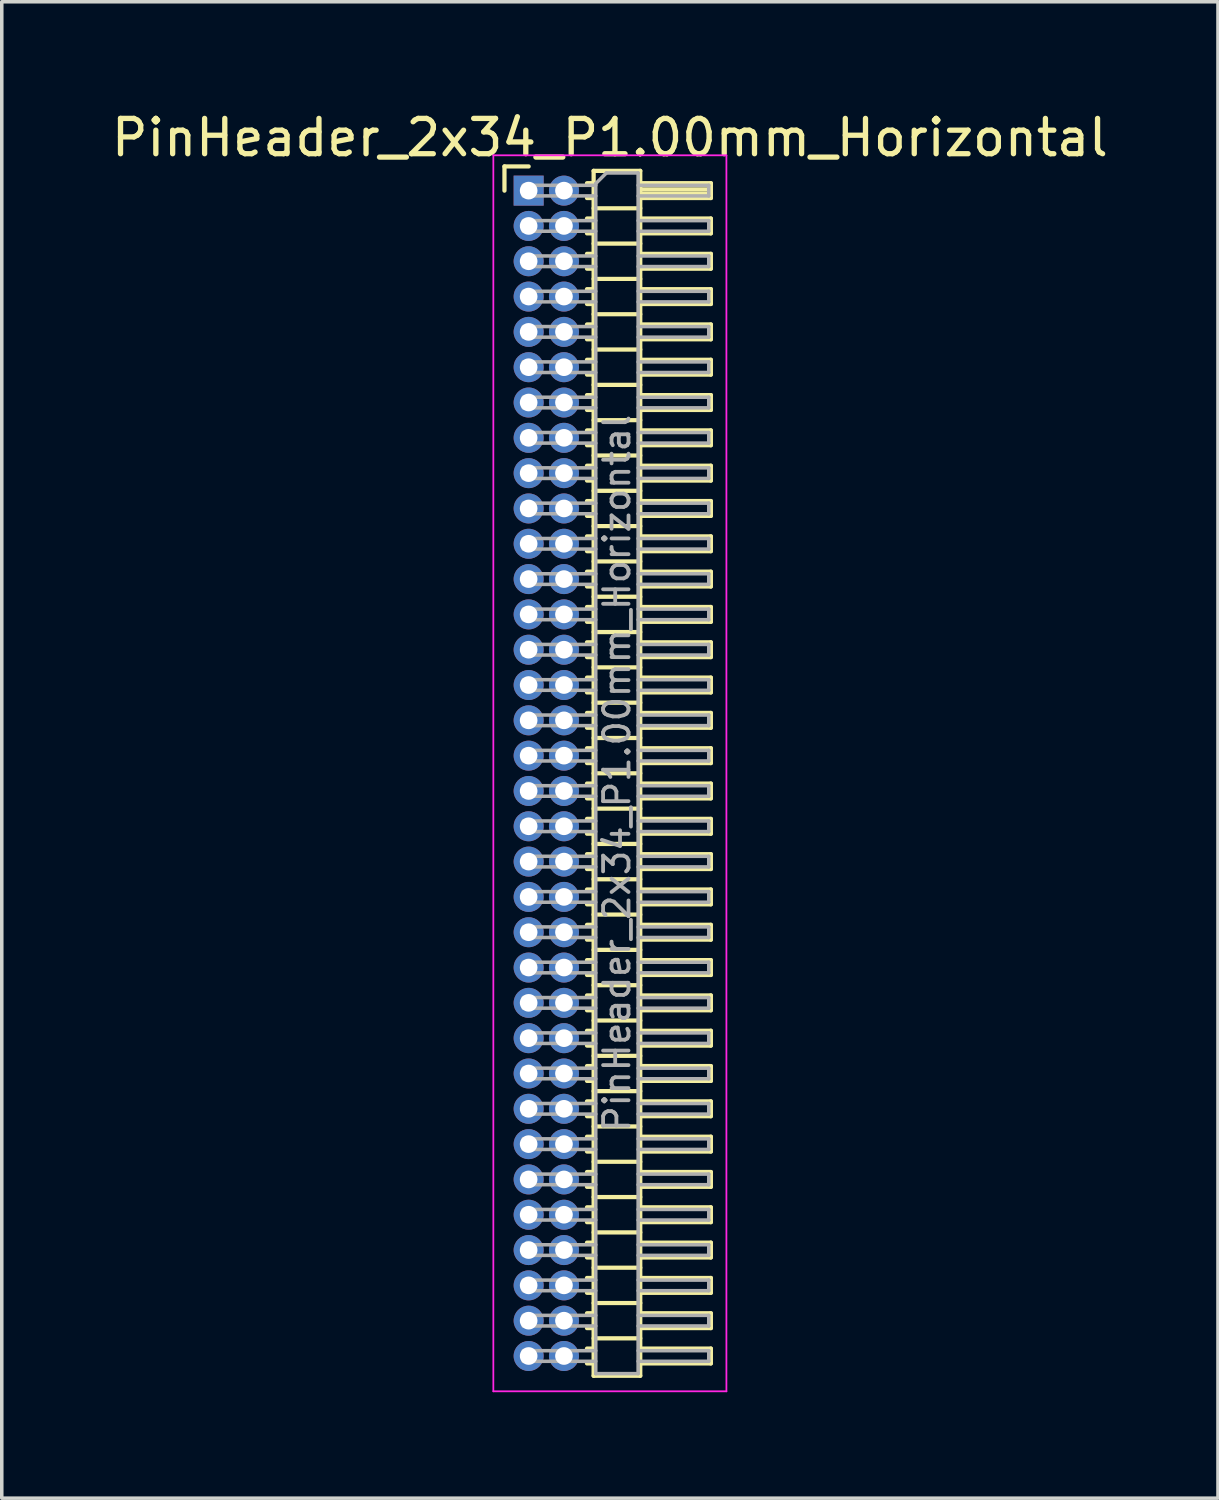
<source format=kicad_pcb>
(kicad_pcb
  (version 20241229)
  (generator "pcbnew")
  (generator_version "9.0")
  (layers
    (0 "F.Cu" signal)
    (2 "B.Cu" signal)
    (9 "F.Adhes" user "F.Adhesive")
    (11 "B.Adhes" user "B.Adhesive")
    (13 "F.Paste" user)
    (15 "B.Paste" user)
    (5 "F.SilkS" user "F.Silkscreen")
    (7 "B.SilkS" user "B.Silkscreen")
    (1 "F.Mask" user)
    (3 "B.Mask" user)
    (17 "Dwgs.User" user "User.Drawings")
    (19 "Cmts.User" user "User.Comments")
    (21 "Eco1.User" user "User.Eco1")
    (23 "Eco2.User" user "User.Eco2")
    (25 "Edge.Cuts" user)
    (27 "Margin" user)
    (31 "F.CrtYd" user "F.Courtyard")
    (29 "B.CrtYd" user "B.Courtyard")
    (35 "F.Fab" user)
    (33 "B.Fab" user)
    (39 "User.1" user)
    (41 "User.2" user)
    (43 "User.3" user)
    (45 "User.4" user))
  (footprint "PinHeader_2x34_P1.00mm_Horizontal"
    (layer "F.Cu")
    (at 11.92 2.348)
    (property "Reference" "PinHeader_2x34_P1.00mm_Horizontal" (at 2.3 -1.5 0) (layer "F.SilkS") (effects (font (size 1 1) (thickness 0.15))))
    (attr through_hole)
    (fp_line (start -0.685 -0.685) (end 0 -0.685) (stroke (width 0.12) (type solid)) (layer "F.SilkS"))
    (fp_line (start -0.685 0) (end -0.685 -0.685) (stroke (width 0.12) (type solid)) (layer "F.SilkS"))
    (fp_line (start 1.652 -0.21) (end 1.84 -0.21) (stroke (width 0.12) (type solid)) (layer "F.SilkS"))
    (fp_line (start 1.652 0.21) (end 1.84 0.21) (stroke (width 0.12) (type solid)) (layer "F.SilkS"))
    (fp_line (start 1.652 0.79) (end 1.84 0.79) (stroke (width 0.12) (type solid)) (layer "F.SilkS"))
    (fp_line (start 1.652 1.21) (end 1.84 1.21) (stroke (width 0.12) (type solid)) (layer "F.SilkS"))
    (fp_line (start 1.652 1.79) (end 1.84 1.79) (stroke (width 0.12) (type solid)) (layer "F.SilkS"))
    (fp_line (start 1.652 2.21) (end 1.84 2.21) (stroke (width 0.12) (type solid)) (layer "F.SilkS"))
    (fp_line (start 1.652 2.79) (end 1.84 2.79) (stroke (width 0.12) (type solid)) (layer "F.SilkS"))
    (fp_line (start 1.652 3.21) (end 1.84 3.21) (stroke (width 0.12) (type solid)) (layer "F.SilkS"))
    (fp_line (start 1.652 3.79) (end 1.84 3.79) (stroke (width 0.12) (type solid)) (layer "F.SilkS"))
    (fp_line (start 1.652 4.21) (end 1.84 4.21) (stroke (width 0.12) (type solid)) (layer "F.SilkS"))
    (fp_line (start 1.652 4.79) (end 1.84 4.79) (stroke (width 0.12) (type solid)) (layer "F.SilkS"))
    (fp_line (start 1.652 5.21) (end 1.84 5.21) (stroke (width 0.12) (type solid)) (layer "F.SilkS"))
    (fp_line (start 1.652 5.79) (end 1.84 5.79) (stroke (width 0.12) (type solid)) (layer "F.SilkS"))
    (fp_line (start 1.652 6.21) (end 1.84 6.21) (stroke (width 0.12) (type solid)) (layer "F.SilkS"))
    (fp_line (start 1.652 6.79) (end 1.84 6.79) (stroke (width 0.12) (type solid)) (layer "F.SilkS"))
    (fp_line (start 1.652 7.21) (end 1.84 7.21) (stroke (width 0.12) (type solid)) (layer "F.SilkS"))
    (fp_line (start 1.652 7.79) (end 1.84 7.79) (stroke (width 0.12) (type solid)) (layer "F.SilkS"))
    (fp_line (start 1.652 8.21) (end 1.84 8.21) (stroke (width 0.12) (type solid)) (layer "F.SilkS"))
    (fp_line (start 1.652 8.79) (end 1.84 8.79) (stroke (width 0.12) (type solid)) (layer "F.SilkS"))
    (fp_line (start 1.652 9.21) (end 1.84 9.21) (stroke (width 0.12) (type solid)) (layer "F.SilkS"))
    (fp_line (start 1.652 9.79) (end 1.84 9.79) (stroke (width 0.12) (type solid)) (layer "F.SilkS"))
    (fp_line (start 1.652 10.21) (end 1.84 10.21) (stroke (width 0.12) (type solid)) (layer "F.SilkS"))
    (fp_line (start 1.652 10.79) (end 1.84 10.79) (stroke (width 0.12) (type solid)) (layer "F.SilkS"))
    (fp_line (start 1.652 11.21) (end 1.84 11.21) (stroke (width 0.12) (type solid)) (layer "F.SilkS"))
    (fp_line (start 1.652 11.79) (end 1.84 11.79) (stroke (width 0.12) (type solid)) (layer "F.SilkS"))
    (fp_line (start 1.652 12.21) (end 1.84 12.21) (stroke (width 0.12) (type solid)) (layer "F.SilkS"))
    (fp_line (start 1.652 12.79) (end 1.84 12.79) (stroke (width 0.12) (type solid)) (layer "F.SilkS"))
    (fp_line (start 1.652 13.21) (end 1.84 13.21) (stroke (width 0.12) (type solid)) (layer "F.SilkS"))
    (fp_line (start 1.652 13.79) (end 1.84 13.79) (stroke (width 0.12) (type solid)) (layer "F.SilkS"))
    (fp_line (start 1.652 14.21) (end 1.84 14.21) (stroke (width 0.12) (type solid)) (layer "F.SilkS"))
    (fp_line (start 1.652 14.79) (end 1.84 14.79) (stroke (width 0.12) (type solid)) (layer "F.SilkS"))
    (fp_line (start 1.652 15.21) (end 1.84 15.21) (stroke (width 0.12) (type solid)) (layer "F.SilkS"))
    (fp_line (start 1.652 15.79) (end 1.84 15.79) (stroke (width 0.12) (type solid)) (layer "F.SilkS"))
    (fp_line (start 1.652 16.21) (end 1.84 16.21) (stroke (width 0.12) (type solid)) (layer "F.SilkS"))
    (fp_line (start 1.652 16.79) (end 1.84 16.79) (stroke (width 0.12) (type solid)) (layer "F.SilkS"))
    (fp_line (start 1.652 17.21) (end 1.84 17.21) (stroke (width 0.12) (type solid)) (layer "F.SilkS"))
    (fp_line (start 1.652 17.79) (end 1.84 17.79) (stroke (width 0.12) (type solid)) (layer "F.SilkS"))
    (fp_line (start 1.652 18.21) (end 1.84 18.21) (stroke (width 0.12) (type solid)) (layer "F.SilkS"))
    (fp_line (start 1.652 18.79) (end 1.84 18.79) (stroke (width 0.12) (type solid)) (layer "F.SilkS"))
    (fp_line (start 1.652 19.21) (end 1.84 19.21) (stroke (width 0.12) (type solid)) (layer "F.SilkS"))
    (fp_line (start 1.652 19.79) (end 1.84 19.79) (stroke (width 0.12) (type solid)) (layer "F.SilkS"))
    (fp_line (start 1.652 20.21) (end 1.84 20.21) (stroke (width 0.12) (type solid)) (layer "F.SilkS"))
    (fp_line (start 1.652 20.79) (end 1.84 20.79) (stroke (width 0.12) (type solid)) (layer "F.SilkS"))
    (fp_line (start 1.652 21.21) (end 1.84 21.21) (stroke (width 0.12) (type solid)) (layer "F.SilkS"))
    (fp_line (start 1.652 21.79) (end 1.84 21.79) (stroke (width 0.12) (type solid)) (layer "F.SilkS"))
    (fp_line (start 1.652 22.21) (end 1.84 22.21) (stroke (width 0.12) (type solid)) (layer "F.SilkS"))
    (fp_line (start 1.652 22.79) (end 1.84 22.79) (stroke (width 0.12) (type solid)) (layer "F.SilkS"))
    (fp_line (start 1.652 23.21) (end 1.84 23.21) (stroke (width 0.12) (type solid)) (layer "F.SilkS"))
    (fp_line (start 1.652 23.79) (end 1.84 23.79) (stroke (width 0.12) (type solid)) (layer "F.SilkS"))
    (fp_line (start 1.652 24.21) (end 1.84 24.21) (stroke (width 0.12) (type solid)) (layer "F.SilkS"))
    (fp_line (start 1.652 24.79) (end 1.84 24.79) (stroke (width 0.12) (type solid)) (layer "F.SilkS"))
    (fp_line (start 1.652 25.21) (end 1.84 25.21) (stroke (width 0.12) (type solid)) (layer "F.SilkS"))
    (fp_line (start 1.652 25.79) (end 1.84 25.79) (stroke (width 0.12) (type solid)) (layer "F.SilkS"))
    (fp_line (start 1.652 26.21) (end 1.84 26.21) (stroke (width 0.12) (type solid)) (layer "F.SilkS"))
    (fp_line (start 1.652 26.79) (end 1.84 26.79) (stroke (width 0.12) (type solid)) (layer "F.SilkS"))
    (fp_line (start 1.652 27.21) (end 1.84 27.21) (stroke (width 0.12) (type solid)) (layer "F.SilkS"))
    (fp_line (start 1.652 27.79) (end 1.84 27.79) (stroke (width 0.12) (type solid)) (layer "F.SilkS"))
    (fp_line (start 1.652 28.21) (end 1.84 28.21) (stroke (width 0.12) (type solid)) (layer "F.SilkS"))
    (fp_line (start 1.652 28.79) (end 1.84 28.79) (stroke (width 0.12) (type solid)) (layer "F.SilkS"))
    (fp_line (start 1.652 29.21) (end 1.84 29.21) (stroke (width 0.12) (type solid)) (layer "F.SilkS"))
    (fp_line (start 1.652 29.79) (end 1.84 29.79) (stroke (width 0.12) (type solid)) (layer "F.SilkS"))
    (fp_line (start 1.652 30.21) (end 1.84 30.21) (stroke (width 0.12) (type solid)) (layer "F.SilkS"))
    (fp_line (start 1.652 30.79) (end 1.84 30.79) (stroke (width 0.12) (type solid)) (layer "F.SilkS"))
    (fp_line (start 1.652 31.21) (end 1.84 31.21) (stroke (width 0.12) (type solid)) (layer "F.SilkS"))
    (fp_line (start 1.652 31.79) (end 1.84 31.79) (stroke (width 0.12) (type solid)) (layer "F.SilkS"))
    (fp_line (start 1.652 32.21) (end 1.84 32.21) (stroke (width 0.12) (type solid)) (layer "F.SilkS"))
    (fp_line (start 1.652 32.79) (end 1.84 32.79) (stroke (width 0.12) (type solid)) (layer "F.SilkS"))
    (fp_line (start 1.652 33.21) (end 1.84 33.21) (stroke (width 0.12) (type solid)) (layer "F.SilkS"))
    (fp_line (start 1.84 -0.56) (end 1.84 33.56) (stroke (width 0.12) (type solid)) (layer "F.SilkS"))
    (fp_line (start 1.84 0.5) (end 3.16 0.5) (stroke (width 0.12) (type solid)) (layer "F.SilkS"))
    (fp_line (start 1.84 1.5) (end 3.16 1.5) (stroke (width 0.12) (type solid)) (layer "F.SilkS"))
    (fp_line (start 1.84 2.5) (end 3.16 2.5) (stroke (width 0.12) (type solid)) (layer "F.SilkS"))
    (fp_line (start 1.84 3.5) (end 3.16 3.5) (stroke (width 0.12) (type solid)) (layer "F.SilkS"))
    (fp_line (start 1.84 4.5) (end 3.16 4.5) (stroke (width 0.12) (type solid)) (layer "F.SilkS"))
    (fp_line (start 1.84 5.5) (end 3.16 5.5) (stroke (width 0.12) (type solid)) (layer "F.SilkS"))
    (fp_line (start 1.84 6.5) (end 3.16 6.5) (stroke (width 0.12) (type solid)) (layer "F.SilkS"))
    (fp_line (start 1.84 7.5) (end 3.16 7.5) (stroke (width 0.12) (type solid)) (layer "F.SilkS"))
    (fp_line (start 1.84 8.5) (end 3.16 8.5) (stroke (width 0.12) (type solid)) (layer "F.SilkS"))
    (fp_line (start 1.84 9.5) (end 3.16 9.5) (stroke (width 0.12) (type solid)) (layer "F.SilkS"))
    (fp_line (start 1.84 10.5) (end 3.16 10.5) (stroke (width 0.12) (type solid)) (layer "F.SilkS"))
    (fp_line (start 1.84 11.5) (end 3.16 11.5) (stroke (width 0.12) (type solid)) (layer "F.SilkS"))
    (fp_line (start 1.84 12.5) (end 3.16 12.5) (stroke (width 0.12) (type solid)) (layer "F.SilkS"))
    (fp_line (start 1.84 13.5) (end 3.16 13.5) (stroke (width 0.12) (type solid)) (layer "F.SilkS"))
    (fp_line (start 1.84 14.5) (end 3.16 14.5) (stroke (width 0.12) (type solid)) (layer "F.SilkS"))
    (fp_line (start 1.84 15.5) (end 3.16 15.5) (stroke (width 0.12) (type solid)) (layer "F.SilkS"))
    (fp_line (start 1.84 16.5) (end 3.16 16.5) (stroke (width 0.12) (type solid)) (layer "F.SilkS"))
    (fp_line (start 1.84 17.5) (end 3.16 17.5) (stroke (width 0.12) (type solid)) (layer "F.SilkS"))
    (fp_line (start 1.84 18.5) (end 3.16 18.5) (stroke (width 0.12) (type solid)) (layer "F.SilkS"))
    (fp_line (start 1.84 19.5) (end 3.16 19.5) (stroke (width 0.12) (type solid)) (layer "F.SilkS"))
    (fp_line (start 1.84 20.5) (end 3.16 20.5) (stroke (width 0.12) (type solid)) (layer "F.SilkS"))
    (fp_line (start 1.84 21.5) (end 3.16 21.5) (stroke (width 0.12) (type solid)) (layer "F.SilkS"))
    (fp_line (start 1.84 22.5) (end 3.16 22.5) (stroke (width 0.12) (type solid)) (layer "F.SilkS"))
    (fp_line (start 1.84 23.5) (end 3.16 23.5) (stroke (width 0.12) (type solid)) (layer "F.SilkS"))
    (fp_line (start 1.84 24.5) (end 3.16 24.5) (stroke (width 0.12) (type solid)) (layer "F.SilkS"))
    (fp_line (start 1.84 25.5) (end 3.16 25.5) (stroke (width 0.12) (type solid)) (layer "F.SilkS"))
    (fp_line (start 1.84 26.5) (end 3.16 26.5) (stroke (width 0.12) (type solid)) (layer "F.SilkS"))
    (fp_line (start 1.84 27.5) (end 3.16 27.5) (stroke (width 0.12) (type solid)) (layer "F.SilkS"))
    (fp_line (start 1.84 28.5) (end 3.16 28.5) (stroke (width 0.12) (type solid)) (layer "F.SilkS"))
    (fp_line (start 1.84 29.5) (end 3.16 29.5) (stroke (width 0.12) (type solid)) (layer "F.SilkS"))
    (fp_line (start 1.84 30.5) (end 3.16 30.5) (stroke (width 0.12) (type solid)) (layer "F.SilkS"))
    (fp_line (start 1.84 31.5) (end 3.16 31.5) (stroke (width 0.12) (type solid)) (layer "F.SilkS"))
    (fp_line (start 1.84 32.5) (end 3.16 32.5) (stroke (width 0.12) (type solid)) (layer "F.SilkS"))
    (fp_line (start 1.84 33.56) (end 3.16 33.56) (stroke (width 0.12) (type solid)) (layer "F.SilkS"))
    (fp_line (start 3.16 -0.56) (end 1.84 -0.56) (stroke (width 0.12) (type solid)) (layer "F.SilkS"))
    (fp_line (start 3.16 -0.21) (end 5.16 -0.21) (stroke (width 0.12) (type solid)) (layer "F.SilkS"))
    (fp_line (start 3.16 -0.15) (end 5.16 -0.15) (stroke (width 0.12) (type solid)) (layer "F.SilkS"))
    (fp_line (start 3.16 -0.03) (end 5.16 -0.03) (stroke (width 0.12) (type solid)) (layer "F.SilkS"))
    (fp_line (start 3.16 0.09) (end 5.16 0.09) (stroke (width 0.12) (type solid)) (layer "F.SilkS"))
    (fp_line (start 3.16 0.79) (end 5.16 0.79) (stroke (width 0.12) (type solid)) (layer "F.SilkS"))
    (fp_line (start 3.16 1.79) (end 5.16 1.79) (stroke (width 0.12) (type solid)) (layer "F.SilkS"))
    (fp_line (start 3.16 2.79) (end 5.16 2.79) (stroke (width 0.12) (type solid)) (layer "F.SilkS"))
    (fp_line (start 3.16 3.79) (end 5.16 3.79) (stroke (width 0.12) (type solid)) (layer "F.SilkS"))
    (fp_line (start 3.16 4.79) (end 5.16 4.79) (stroke (width 0.12) (type solid)) (layer "F.SilkS"))
    (fp_line (start 3.16 5.79) (end 5.16 5.79) (stroke (width 0.12) (type solid)) (layer "F.SilkS"))
    (fp_line (start 3.16 6.79) (end 5.16 6.79) (stroke (width 0.12) (type solid)) (layer "F.SilkS"))
    (fp_line (start 3.16 7.79) (end 5.16 7.79) (stroke (width 0.12) (type solid)) (layer "F.SilkS"))
    (fp_line (start 3.16 8.79) (end 5.16 8.79) (stroke (width 0.12) (type solid)) (layer "F.SilkS"))
    (fp_line (start 3.16 9.79) (end 5.16 9.79) (stroke (width 0.12) (type solid)) (layer "F.SilkS"))
    (fp_line (start 3.16 10.79) (end 5.16 10.79) (stroke (width 0.12) (type solid)) (layer "F.SilkS"))
    (fp_line (start 3.16 11.79) (end 5.16 11.79) (stroke (width 0.12) (type solid)) (layer "F.SilkS"))
    (fp_line (start 3.16 12.79) (end 5.16 12.79) (stroke (width 0.12) (type solid)) (layer "F.SilkS"))
    (fp_line (start 3.16 13.79) (end 5.16 13.79) (stroke (width 0.12) (type solid)) (layer "F.SilkS"))
    (fp_line (start 3.16 14.79) (end 5.16 14.79) (stroke (width 0.12) (type solid)) (layer "F.SilkS"))
    (fp_line (start 3.16 15.79) (end 5.16 15.79) (stroke (width 0.12) (type solid)) (layer "F.SilkS"))
    (fp_line (start 3.16 16.79) (end 5.16 16.79) (stroke (width 0.12) (type solid)) (layer "F.SilkS"))
    (fp_line (start 3.16 17.79) (end 5.16 17.79) (stroke (width 0.12) (type solid)) (layer "F.SilkS"))
    (fp_line (start 3.16 18.79) (end 5.16 18.79) (stroke (width 0.12) (type solid)) (layer "F.SilkS"))
    (fp_line (start 3.16 19.79) (end 5.16 19.79) (stroke (width 0.12) (type solid)) (layer "F.SilkS"))
    (fp_line (start 3.16 20.79) (end 5.16 20.79) (stroke (width 0.12) (type solid)) (layer "F.SilkS"))
    (fp_line (start 3.16 21.79) (end 5.16 21.79) (stroke (width 0.12) (type solid)) (layer "F.SilkS"))
    (fp_line (start 3.16 22.79) (end 5.16 22.79) (stroke (width 0.12) (type solid)) (layer "F.SilkS"))
    (fp_line (start 3.16 23.79) (end 5.16 23.79) (stroke (width 0.12) (type solid)) (layer "F.SilkS"))
    (fp_line (start 3.16 24.79) (end 5.16 24.79) (stroke (width 0.12) (type solid)) (layer "F.SilkS"))
    (fp_line (start 3.16 25.79) (end 5.16 25.79) (stroke (width 0.12) (type solid)) (layer "F.SilkS"))
    (fp_line (start 3.16 26.79) (end 5.16 26.79) (stroke (width 0.12) (type solid)) (layer "F.SilkS"))
    (fp_line (start 3.16 27.79) (end 5.16 27.79) (stroke (width 0.12) (type solid)) (layer "F.SilkS"))
    (fp_line (start 3.16 28.79) (end 5.16 28.79) (stroke (width 0.12) (type solid)) (layer "F.SilkS"))
    (fp_line (start 3.16 29.79) (end 5.16 29.79) (stroke (width 0.12) (type solid)) (layer "F.SilkS"))
    (fp_line (start 3.16 30.79) (end 5.16 30.79) (stroke (width 0.12) (type solid)) (layer "F.SilkS"))
    (fp_line (start 3.16 31.79) (end 5.16 31.79) (stroke (width 0.12) (type solid)) (layer "F.SilkS"))
    (fp_line (start 3.16 32.79) (end 5.16 32.79) (stroke (width 0.12) (type solid)) (layer "F.SilkS"))
    (fp_line (start 3.16 33.56) (end 3.16 -0.56) (stroke (width 0.12) (type solid)) (layer "F.SilkS"))
    (fp_line (start 5.16 -0.21) (end 5.16 0.21) (stroke (width 0.12) (type solid)) (layer "F.SilkS"))
    (fp_line (start 5.16 0.21) (end 3.16 0.21) (stroke (width 0.12) (type solid)) (layer "F.SilkS"))
    (fp_line (start 5.16 0.79) (end 5.16 1.21) (stroke (width 0.12) (type solid)) (layer "F.SilkS"))
    (fp_line (start 5.16 1.21) (end 3.16 1.21) (stroke (width 0.12) (type solid)) (layer "F.SilkS"))
    (fp_line (start 5.16 1.79) (end 5.16 2.21) (stroke (width 0.12) (type solid)) (layer "F.SilkS"))
    (fp_line (start 5.16 2.21) (end 3.16 2.21) (stroke (width 0.12) (type solid)) (layer "F.SilkS"))
    (fp_line (start 5.16 2.79) (end 5.16 3.21) (stroke (width 0.12) (type solid)) (layer "F.SilkS"))
    (fp_line (start 5.16 3.21) (end 3.16 3.21) (stroke (width 0.12) (type solid)) (layer "F.SilkS"))
    (fp_line (start 5.16 3.79) (end 5.16 4.21) (stroke (width 0.12) (type solid)) (layer "F.SilkS"))
    (fp_line (start 5.16 4.21) (end 3.16 4.21) (stroke (width 0.12) (type solid)) (layer "F.SilkS"))
    (fp_line (start 5.16 4.79) (end 5.16 5.21) (stroke (width 0.12) (type solid)) (layer "F.SilkS"))
    (fp_line (start 5.16 5.21) (end 3.16 5.21) (stroke (width 0.12) (type solid)) (layer "F.SilkS"))
    (fp_line (start 5.16 5.79) (end 5.16 6.21) (stroke (width 0.12) (type solid)) (layer "F.SilkS"))
    (fp_line (start 5.16 6.21) (end 3.16 6.21) (stroke (width 0.12) (type solid)) (layer "F.SilkS"))
    (fp_line (start 5.16 6.79) (end 5.16 7.21) (stroke (width 0.12) (type solid)) (layer "F.SilkS"))
    (fp_line (start 5.16 7.21) (end 3.16 7.21) (stroke (width 0.12) (type solid)) (layer "F.SilkS"))
    (fp_line (start 5.16 7.79) (end 5.16 8.21) (stroke (width 0.12) (type solid)) (layer "F.SilkS"))
    (fp_line (start 5.16 8.21) (end 3.16 8.21) (stroke (width 0.12) (type solid)) (layer "F.SilkS"))
    (fp_line (start 5.16 8.79) (end 5.16 9.21) (stroke (width 0.12) (type solid)) (layer "F.SilkS"))
    (fp_line (start 5.16 9.21) (end 3.16 9.21) (stroke (width 0.12) (type solid)) (layer "F.SilkS"))
    (fp_line (start 5.16 9.79) (end 5.16 10.21) (stroke (width 0.12) (type solid)) (layer "F.SilkS"))
    (fp_line (start 5.16 10.21) (end 3.16 10.21) (stroke (width 0.12) (type solid)) (layer "F.SilkS"))
    (fp_line (start 5.16 10.79) (end 5.16 11.21) (stroke (width 0.12) (type solid)) (layer "F.SilkS"))
    (fp_line (start 5.16 11.21) (end 3.16 11.21) (stroke (width 0.12) (type solid)) (layer "F.SilkS"))
    (fp_line (start 5.16 11.79) (end 5.16 12.21) (stroke (width 0.12) (type solid)) (layer "F.SilkS"))
    (fp_line (start 5.16 12.21) (end 3.16 12.21) (stroke (width 0.12) (type solid)) (layer "F.SilkS"))
    (fp_line (start 5.16 12.79) (end 5.16 13.21) (stroke (width 0.12) (type solid)) (layer "F.SilkS"))
    (fp_line (start 5.16 13.21) (end 3.16 13.21) (stroke (width 0.12) (type solid)) (layer "F.SilkS"))
    (fp_line (start 5.16 13.79) (end 5.16 14.21) (stroke (width 0.12) (type solid)) (layer "F.SilkS"))
    (fp_line (start 5.16 14.21) (end 3.16 14.21) (stroke (width 0.12) (type solid)) (layer "F.SilkS"))
    (fp_line (start 5.16 14.79) (end 5.16 15.21) (stroke (width 0.12) (type solid)) (layer "F.SilkS"))
    (fp_line (start 5.16 15.21) (end 3.16 15.21) (stroke (width 0.12) (type solid)) (layer "F.SilkS"))
    (fp_line (start 5.16 15.79) (end 5.16 16.21) (stroke (width 0.12) (type solid)) (layer "F.SilkS"))
    (fp_line (start 5.16 16.21) (end 3.16 16.21) (stroke (width 0.12) (type solid)) (layer "F.SilkS"))
    (fp_line (start 5.16 16.79) (end 5.16 17.21) (stroke (width 0.12) (type solid)) (layer "F.SilkS"))
    (fp_line (start 5.16 17.21) (end 3.16 17.21) (stroke (width 0.12) (type solid)) (layer "F.SilkS"))
    (fp_line (start 5.16 17.79) (end 5.16 18.21) (stroke (width 0.12) (type solid)) (layer "F.SilkS"))
    (fp_line (start 5.16 18.21) (end 3.16 18.21) (stroke (width 0.12) (type solid)) (layer "F.SilkS"))
    (fp_line (start 5.16 18.79) (end 5.16 19.21) (stroke (width 0.12) (type solid)) (layer "F.SilkS"))
    (fp_line (start 5.16 19.21) (end 3.16 19.21) (stroke (width 0.12) (type solid)) (layer "F.SilkS"))
    (fp_line (start 5.16 19.79) (end 5.16 20.21) (stroke (width 0.12) (type solid)) (layer "F.SilkS"))
    (fp_line (start 5.16 20.21) (end 3.16 20.21) (stroke (width 0.12) (type solid)) (layer "F.SilkS"))
    (fp_line (start 5.16 20.79) (end 5.16 21.21) (stroke (width 0.12) (type solid)) (layer "F.SilkS"))
    (fp_line (start 5.16 21.21) (end 3.16 21.21) (stroke (width 0.12) (type solid)) (layer "F.SilkS"))
    (fp_line (start 5.16 21.79) (end 5.16 22.21) (stroke (width 0.12) (type solid)) (layer "F.SilkS"))
    (fp_line (start 5.16 22.21) (end 3.16 22.21) (stroke (width 0.12) (type solid)) (layer "F.SilkS"))
    (fp_line (start 5.16 22.79) (end 5.16 23.21) (stroke (width 0.12) (type solid)) (layer "F.SilkS"))
    (fp_line (start 5.16 23.21) (end 3.16 23.21) (stroke (width 0.12) (type solid)) (layer "F.SilkS"))
    (fp_line (start 5.16 23.79) (end 5.16 24.21) (stroke (width 0.12) (type solid)) (layer "F.SilkS"))
    (fp_line (start 5.16 24.21) (end 3.16 24.21) (stroke (width 0.12) (type solid)) (layer "F.SilkS"))
    (fp_line (start 5.16 24.79) (end 5.16 25.21) (stroke (width 0.12) (type solid)) (layer "F.SilkS"))
    (fp_line (start 5.16 25.21) (end 3.16 25.21) (stroke (width 0.12) (type solid)) (layer "F.SilkS"))
    (fp_line (start 5.16 25.79) (end 5.16 26.21) (stroke (width 0.12) (type solid)) (layer "F.SilkS"))
    (fp_line (start 5.16 26.21) (end 3.16 26.21) (stroke (width 0.12) (type solid)) (layer "F.SilkS"))
    (fp_line (start 5.16 26.79) (end 5.16 27.21) (stroke (width 0.12) (type solid)) (layer "F.SilkS"))
    (fp_line (start 5.16 27.21) (end 3.16 27.21) (stroke (width 0.12) (type solid)) (layer "F.SilkS"))
    (fp_line (start 5.16 27.79) (end 5.16 28.21) (stroke (width 0.12) (type solid)) (layer "F.SilkS"))
    (fp_line (start 5.16 28.21) (end 3.16 28.21) (stroke (width 0.12) (type solid)) (layer "F.SilkS"))
    (fp_line (start 5.16 28.79) (end 5.16 29.21) (stroke (width 0.12) (type solid)) (layer "F.SilkS"))
    (fp_line (start 5.16 29.21) (end 3.16 29.21) (stroke (width 0.12) (type solid)) (layer "F.SilkS"))
    (fp_line (start 5.16 29.79) (end 5.16 30.21) (stroke (width 0.12) (type solid)) (layer "F.SilkS"))
    (fp_line (start 5.16 30.21) (end 3.16 30.21) (stroke (width 0.12) (type solid)) (layer "F.SilkS"))
    (fp_line (start 5.16 30.79) (end 5.16 31.21) (stroke (width 0.12) (type solid)) (layer "F.SilkS"))
    (fp_line (start 5.16 31.21) (end 3.16 31.21) (stroke (width 0.12) (type solid)) (layer "F.SilkS"))
    (fp_line (start 5.16 31.79) (end 5.16 32.21) (stroke (width 0.12) (type solid)) (layer "F.SilkS"))
    (fp_line (start 5.16 32.21) (end 3.16 32.21) (stroke (width 0.12) (type solid)) (layer "F.SilkS"))
    (fp_line (start 5.16 32.79) (end 5.16 33.21) (stroke (width 0.12) (type solid)) (layer "F.SilkS"))
    (fp_line (start 5.16 33.21) (end 3.16 33.21) (stroke (width 0.12) (type solid)) (layer "F.SilkS"))
    (fp_line (start -1 -1) (end -1 34) (stroke (width 0.05) (type solid)) (layer "F.CrtYd"))
    (fp_line (start -1 34) (end 5.6 34) (stroke (width 0.05) (type solid)) (layer "F.CrtYd"))
    (fp_line (start 5.6 -1) (end -1 -1) (stroke (width 0.05) (type solid)) (layer "F.CrtYd"))
    (fp_line (start 5.6 34) (end 5.6 -1) (stroke (width 0.05) (type solid)) (layer "F.CrtYd"))
    (fp_line (start -0.15 -0.15) (end -0.15 0.15) (stroke (width 0.1) (type solid)) (layer "F.Fab"))
    (fp_line (start -0.15 -0.15) (end 1.9 -0.15) (stroke (width 0.1) (type solid)) (layer "F.Fab"))
    (fp_line (start -0.15 0.15) (end 1.9 0.15) (stroke (width 0.1) (type solid)) (layer "F.Fab"))
    (fp_line (start -0.15 0.85) (end -0.15 1.15) (stroke (width 0.1) (type solid)) (layer "F.Fab"))
    (fp_line (start -0.15 0.85) (end 1.9 0.85) (stroke (width 0.1) (type solid)) (layer "F.Fab"))
    (fp_line (start -0.15 1.15) (end 1.9 1.15) (stroke (width 0.1) (type solid)) (layer "F.Fab"))
    (fp_line (start -0.15 1.85) (end -0.15 2.15) (stroke (width 0.1) (type solid)) (layer "F.Fab"))
    (fp_line (start -0.15 1.85) (end 1.9 1.85) (stroke (width 0.1) (type solid)) (layer "F.Fab"))
    (fp_line (start -0.15 2.15) (end 1.9 2.15) (stroke (width 0.1) (type solid)) (layer "F.Fab"))
    (fp_line (start -0.15 2.85) (end -0.15 3.15) (stroke (width 0.1) (type solid)) (layer "F.Fab"))
    (fp_line (start -0.15 2.85) (end 1.9 2.85) (stroke (width 0.1) (type solid)) (layer "F.Fab"))
    (fp_line (start -0.15 3.15) (end 1.9 3.15) (stroke (width 0.1) (type solid)) (layer "F.Fab"))
    (fp_line (start -0.15 3.85) (end -0.15 4.15) (stroke (width 0.1) (type solid)) (layer "F.Fab"))
    (fp_line (start -0.15 3.85) (end 1.9 3.85) (stroke (width 0.1) (type solid)) (layer "F.Fab"))
    (fp_line (start -0.15 4.15) (end 1.9 4.15) (stroke (width 0.1) (type solid)) (layer "F.Fab"))
    (fp_line (start -0.15 4.85) (end -0.15 5.15) (stroke (width 0.1) (type solid)) (layer "F.Fab"))
    (fp_line (start -0.15 4.85) (end 1.9 4.85) (stroke (width 0.1) (type solid)) (layer "F.Fab"))
    (fp_line (start -0.15 5.15) (end 1.9 5.15) (stroke (width 0.1) (type solid)) (layer "F.Fab"))
    (fp_line (start -0.15 5.85) (end -0.15 6.15) (stroke (width 0.1) (type solid)) (layer "F.Fab"))
    (fp_line (start -0.15 5.85) (end 1.9 5.85) (stroke (width 0.1) (type solid)) (layer "F.Fab"))
    (fp_line (start -0.15 6.15) (end 1.9 6.15) (stroke (width 0.1) (type solid)) (layer "F.Fab"))
    (fp_line (start -0.15 6.85) (end -0.15 7.15) (stroke (width 0.1) (type solid)) (layer "F.Fab"))
    (fp_line (start -0.15 6.85) (end 1.9 6.85) (stroke (width 0.1) (type solid)) (layer "F.Fab"))
    (fp_line (start -0.15 7.15) (end 1.9 7.15) (stroke (width 0.1) (type solid)) (layer "F.Fab"))
    (fp_line (start -0.15 7.85) (end -0.15 8.15) (stroke (width 0.1) (type solid)) (layer "F.Fab"))
    (fp_line (start -0.15 7.85) (end 1.9 7.85) (stroke (width 0.1) (type solid)) (layer "F.Fab"))
    (fp_line (start -0.15 8.15) (end 1.9 8.15) (stroke (width 0.1) (type solid)) (layer "F.Fab"))
    (fp_line (start -0.15 8.85) (end -0.15 9.15) (stroke (width 0.1) (type solid)) (layer "F.Fab"))
    (fp_line (start -0.15 8.85) (end 1.9 8.85) (stroke (width 0.1) (type solid)) (layer "F.Fab"))
    (fp_line (start -0.15 9.15) (end 1.9 9.15) (stroke (width 0.1) (type solid)) (layer "F.Fab"))
    (fp_line (start -0.15 9.85) (end -0.15 10.15) (stroke (width 0.1) (type solid)) (layer "F.Fab"))
    (fp_line (start -0.15 9.85) (end 1.9 9.85) (stroke (width 0.1) (type solid)) (layer "F.Fab"))
    (fp_line (start -0.15 10.15) (end 1.9 10.15) (stroke (width 0.1) (type solid)) (layer "F.Fab"))
    (fp_line (start -0.15 10.85) (end -0.15 11.15) (stroke (width 0.1) (type solid)) (layer "F.Fab"))
    (fp_line (start -0.15 10.85) (end 1.9 10.85) (stroke (width 0.1) (type solid)) (layer "F.Fab"))
    (fp_line (start -0.15 11.15) (end 1.9 11.15) (stroke (width 0.1) (type solid)) (layer "F.Fab"))
    (fp_line (start -0.15 11.85) (end -0.15 12.15) (stroke (width 0.1) (type solid)) (layer "F.Fab"))
    (fp_line (start -0.15 11.85) (end 1.9 11.85) (stroke (width 0.1) (type solid)) (layer "F.Fab"))
    (fp_line (start -0.15 12.15) (end 1.9 12.15) (stroke (width 0.1) (type solid)) (layer "F.Fab"))
    (fp_line (start -0.15 12.85) (end -0.15 13.15) (stroke (width 0.1) (type solid)) (layer "F.Fab"))
    (fp_line (start -0.15 12.85) (end 1.9 12.85) (stroke (width 0.1) (type solid)) (layer "F.Fab"))
    (fp_line (start -0.15 13.15) (end 1.9 13.15) (stroke (width 0.1) (type solid)) (layer "F.Fab"))
    (fp_line (start -0.15 13.85) (end -0.15 14.15) (stroke (width 0.1) (type solid)) (layer "F.Fab"))
    (fp_line (start -0.15 13.85) (end 1.9 13.85) (stroke (width 0.1) (type solid)) (layer "F.Fab"))
    (fp_line (start -0.15 14.15) (end 1.9 14.15) (stroke (width 0.1) (type solid)) (layer "F.Fab"))
    (fp_line (start -0.15 14.85) (end -0.15 15.15) (stroke (width 0.1) (type solid)) (layer "F.Fab"))
    (fp_line (start -0.15 14.85) (end 1.9 14.85) (stroke (width 0.1) (type solid)) (layer "F.Fab"))
    (fp_line (start -0.15 15.15) (end 1.9 15.15) (stroke (width 0.1) (type solid)) (layer "F.Fab"))
    (fp_line (start -0.15 15.85) (end -0.15 16.15) (stroke (width 0.1) (type solid)) (layer "F.Fab"))
    (fp_line (start -0.15 15.85) (end 1.9 15.85) (stroke (width 0.1) (type solid)) (layer "F.Fab"))
    (fp_line (start -0.15 16.15) (end 1.9 16.15) (stroke (width 0.1) (type solid)) (layer "F.Fab"))
    (fp_line (start -0.15 16.85) (end -0.15 17.15) (stroke (width 0.1) (type solid)) (layer "F.Fab"))
    (fp_line (start -0.15 16.85) (end 1.9 16.85) (stroke (width 0.1) (type solid)) (layer "F.Fab"))
    (fp_line (start -0.15 17.15) (end 1.9 17.15) (stroke (width 0.1) (type solid)) (layer "F.Fab"))
    (fp_line (start -0.15 17.85) (end -0.15 18.15) (stroke (width 0.1) (type solid)) (layer "F.Fab"))
    (fp_line (start -0.15 17.85) (end 1.9 17.85) (stroke (width 0.1) (type solid)) (layer "F.Fab"))
    (fp_line (start -0.15 18.15) (end 1.9 18.15) (stroke (width 0.1) (type solid)) (layer "F.Fab"))
    (fp_line (start -0.15 18.85) (end -0.15 19.15) (stroke (width 0.1) (type solid)) (layer "F.Fab"))
    (fp_line (start -0.15 18.85) (end 1.9 18.85) (stroke (width 0.1) (type solid)) (layer "F.Fab"))
    (fp_line (start -0.15 19.15) (end 1.9 19.15) (stroke (width 0.1) (type solid)) (layer "F.Fab"))
    (fp_line (start -0.15 19.85) (end -0.15 20.15) (stroke (width 0.1) (type solid)) (layer "F.Fab"))
    (fp_line (start -0.15 19.85) (end 1.9 19.85) (stroke (width 0.1) (type solid)) (layer "F.Fab"))
    (fp_line (start -0.15 20.15) (end 1.9 20.15) (stroke (width 0.1) (type solid)) (layer "F.Fab"))
    (fp_line (start -0.15 20.85) (end -0.15 21.15) (stroke (width 0.1) (type solid)) (layer "F.Fab"))
    (fp_line (start -0.15 20.85) (end 1.9 20.85) (stroke (width 0.1) (type solid)) (layer "F.Fab"))
    (fp_line (start -0.15 21.15) (end 1.9 21.15) (stroke (width 0.1) (type solid)) (layer "F.Fab"))
    (fp_line (start -0.15 21.85) (end -0.15 22.15) (stroke (width 0.1) (type solid)) (layer "F.Fab"))
    (fp_line (start -0.15 21.85) (end 1.9 21.85) (stroke (width 0.1) (type solid)) (layer "F.Fab"))
    (fp_line (start -0.15 22.15) (end 1.9 22.15) (stroke (width 0.1) (type solid)) (layer "F.Fab"))
    (fp_line (start -0.15 22.85) (end -0.15 23.15) (stroke (width 0.1) (type solid)) (layer "F.Fab"))
    (fp_line (start -0.15 22.85) (end 1.9 22.85) (stroke (width 0.1) (type solid)) (layer "F.Fab"))
    (fp_line (start -0.15 23.15) (end 1.9 23.15) (stroke (width 0.1) (type solid)) (layer "F.Fab"))
    (fp_line (start -0.15 23.85) (end -0.15 24.15) (stroke (width 0.1) (type solid)) (layer "F.Fab"))
    (fp_line (start -0.15 23.85) (end 1.9 23.85) (stroke (width 0.1) (type solid)) (layer "F.Fab"))
    (fp_line (start -0.15 24.15) (end 1.9 24.15) (stroke (width 0.1) (type solid)) (layer "F.Fab"))
    (fp_line (start -0.15 24.85) (end -0.15 25.15) (stroke (width 0.1) (type solid)) (layer "F.Fab"))
    (fp_line (start -0.15 24.85) (end 1.9 24.85) (stroke (width 0.1) (type solid)) (layer "F.Fab"))
    (fp_line (start -0.15 25.15) (end 1.9 25.15) (stroke (width 0.1) (type solid)) (layer "F.Fab"))
    (fp_line (start -0.15 25.85) (end -0.15 26.15) (stroke (width 0.1) (type solid)) (layer "F.Fab"))
    (fp_line (start -0.15 25.85) (end 1.9 25.85) (stroke (width 0.1) (type solid)) (layer "F.Fab"))
    (fp_line (start -0.15 26.15) (end 1.9 26.15) (stroke (width 0.1) (type solid)) (layer "F.Fab"))
    (fp_line (start -0.15 26.85) (end -0.15 27.15) (stroke (width 0.1) (type solid)) (layer "F.Fab"))
    (fp_line (start -0.15 26.85) (end 1.9 26.85) (stroke (width 0.1) (type solid)) (layer "F.Fab"))
    (fp_line (start -0.15 27.15) (end 1.9 27.15) (stroke (width 0.1) (type solid)) (layer "F.Fab"))
    (fp_line (start -0.15 27.85) (end -0.15 28.15) (stroke (width 0.1) (type solid)) (layer "F.Fab"))
    (fp_line (start -0.15 27.85) (end 1.9 27.85) (stroke (width 0.1) (type solid)) (layer "F.Fab"))
    (fp_line (start -0.15 28.15) (end 1.9 28.15) (stroke (width 0.1) (type solid)) (layer "F.Fab"))
    (fp_line (start -0.15 28.85) (end -0.15 29.15) (stroke (width 0.1) (type solid)) (layer "F.Fab"))
    (fp_line (start -0.15 28.85) (end 1.9 28.85) (stroke (width 0.1) (type solid)) (layer "F.Fab"))
    (fp_line (start -0.15 29.15) (end 1.9 29.15) (stroke (width 0.1) (type solid)) (layer "F.Fab"))
    (fp_line (start -0.15 29.85) (end -0.15 30.15) (stroke (width 0.1) (type solid)) (layer "F.Fab"))
    (fp_line (start -0.15 29.85) (end 1.9 29.85) (stroke (width 0.1) (type solid)) (layer "F.Fab"))
    (fp_line (start -0.15 30.15) (end 1.9 30.15) (stroke (width 0.1) (type solid)) (layer "F.Fab"))
    (fp_line (start -0.15 30.85) (end -0.15 31.15) (stroke (width 0.1) (type solid)) (layer "F.Fab"))
    (fp_line (start -0.15 30.85) (end 1.9 30.85) (stroke (width 0.1) (type solid)) (layer "F.Fab"))
    (fp_line (start -0.15 31.15) (end 1.9 31.15) (stroke (width 0.1) (type solid)) (layer "F.Fab"))
    (fp_line (start -0.15 31.85) (end -0.15 32.15) (stroke (width 0.1) (type solid)) (layer "F.Fab"))
    (fp_line (start -0.15 31.85) (end 1.9 31.85) (stroke (width 0.1) (type solid)) (layer "F.Fab"))
    (fp_line (start -0.15 32.15) (end 1.9 32.15) (stroke (width 0.1) (type solid)) (layer "F.Fab"))
    (fp_line (start -0.15 32.85) (end -0.15 33.15) (stroke (width 0.1) (type solid)) (layer "F.Fab"))
    (fp_line (start -0.15 32.85) (end 1.9 32.85) (stroke (width 0.1) (type solid)) (layer "F.Fab"))
    (fp_line (start -0.15 33.15) (end 1.9 33.15) (stroke (width 0.1) (type solid)) (layer "F.Fab"))
    (fp_line (start 1.9 -0.2) (end 2.2 -0.5) (stroke (width 0.1) (type solid)) (layer "F.Fab"))
    (fp_line (start 1.9 33.5) (end 1.9 -0.2) (stroke (width 0.1) (type solid)) (layer "F.Fab"))
    (fp_line (start 2.2 -0.5) (end 3.1 -0.5) (stroke (width 0.1) (type solid)) (layer "F.Fab"))
    (fp_line (start 3.1 -0.5) (end 3.1 33.5) (stroke (width 0.1) (type solid)) (layer "F.Fab"))
    (fp_line (start 3.1 -0.15) (end 5.1 -0.15) (stroke (width 0.1) (type solid)) (layer "F.Fab"))
    (fp_line (start 3.1 0.15) (end 5.1 0.15) (stroke (width 0.1) (type solid)) (layer "F.Fab"))
    (fp_line (start 3.1 0.85) (end 5.1 0.85) (stroke (width 0.1) (type solid)) (layer "F.Fab"))
    (fp_line (start 3.1 1.15) (end 5.1 1.15) (stroke (width 0.1) (type solid)) (layer "F.Fab"))
    (fp_line (start 3.1 1.85) (end 5.1 1.85) (stroke (width 0.1) (type solid)) (layer "F.Fab"))
    (fp_line (start 3.1 2.15) (end 5.1 2.15) (stroke (width 0.1) (type solid)) (layer "F.Fab"))
    (fp_line (start 3.1 2.85) (end 5.1 2.85) (stroke (width 0.1) (type solid)) (layer "F.Fab"))
    (fp_line (start 3.1 3.15) (end 5.1 3.15) (stroke (width 0.1) (type solid)) (layer "F.Fab"))
    (fp_line (start 3.1 3.85) (end 5.1 3.85) (stroke (width 0.1) (type solid)) (layer "F.Fab"))
    (fp_line (start 3.1 4.15) (end 5.1 4.15) (stroke (width 0.1) (type solid)) (layer "F.Fab"))
    (fp_line (start 3.1 4.85) (end 5.1 4.85) (stroke (width 0.1) (type solid)) (layer "F.Fab"))
    (fp_line (start 3.1 5.15) (end 5.1 5.15) (stroke (width 0.1) (type solid)) (layer "F.Fab"))
    (fp_line (start 3.1 5.85) (end 5.1 5.85) (stroke (width 0.1) (type solid)) (layer "F.Fab"))
    (fp_line (start 3.1 6.15) (end 5.1 6.15) (stroke (width 0.1) (type solid)) (layer "F.Fab"))
    (fp_line (start 3.1 6.85) (end 5.1 6.85) (stroke (width 0.1) (type solid)) (layer "F.Fab"))
    (fp_line (start 3.1 7.15) (end 5.1 7.15) (stroke (width 0.1) (type solid)) (layer "F.Fab"))
    (fp_line (start 3.1 7.85) (end 5.1 7.85) (stroke (width 0.1) (type solid)) (layer "F.Fab"))
    (fp_line (start 3.1 8.15) (end 5.1 8.15) (stroke (width 0.1) (type solid)) (layer "F.Fab"))
    (fp_line (start 3.1 8.85) (end 5.1 8.85) (stroke (width 0.1) (type solid)) (layer "F.Fab"))
    (fp_line (start 3.1 9.15) (end 5.1 9.15) (stroke (width 0.1) (type solid)) (layer "F.Fab"))
    (fp_line (start 3.1 9.85) (end 5.1 9.85) (stroke (width 0.1) (type solid)) (layer "F.Fab"))
    (fp_line (start 3.1 10.15) (end 5.1 10.15) (stroke (width 0.1) (type solid)) (layer "F.Fab"))
    (fp_line (start 3.1 10.85) (end 5.1 10.85) (stroke (width 0.1) (type solid)) (layer "F.Fab"))
    (fp_line (start 3.1 11.15) (end 5.1 11.15) (stroke (width 0.1) (type solid)) (layer "F.Fab"))
    (fp_line (start 3.1 11.85) (end 5.1 11.85) (stroke (width 0.1) (type solid)) (layer "F.Fab"))
    (fp_line (start 3.1 12.15) (end 5.1 12.15) (stroke (width 0.1) (type solid)) (layer "F.Fab"))
    (fp_line (start 3.1 12.85) (end 5.1 12.85) (stroke (width 0.1) (type solid)) (layer "F.Fab"))
    (fp_line (start 3.1 13.15) (end 5.1 13.15) (stroke (width 0.1) (type solid)) (layer "F.Fab"))
    (fp_line (start 3.1 13.85) (end 5.1 13.85) (stroke (width 0.1) (type solid)) (layer "F.Fab"))
    (fp_line (start 3.1 14.15) (end 5.1 14.15) (stroke (width 0.1) (type solid)) (layer "F.Fab"))
    (fp_line (start 3.1 14.85) (end 5.1 14.85) (stroke (width 0.1) (type solid)) (layer "F.Fab"))
    (fp_line (start 3.1 15.15) (end 5.1 15.15) (stroke (width 0.1) (type solid)) (layer "F.Fab"))
    (fp_line (start 3.1 15.85) (end 5.1 15.85) (stroke (width 0.1) (type solid)) (layer "F.Fab"))
    (fp_line (start 3.1 16.15) (end 5.1 16.15) (stroke (width 0.1) (type solid)) (layer "F.Fab"))
    (fp_line (start 3.1 16.85) (end 5.1 16.85) (stroke (width 0.1) (type solid)) (layer "F.Fab"))
    (fp_line (start 3.1 17.15) (end 5.1 17.15) (stroke (width 0.1) (type solid)) (layer "F.Fab"))
    (fp_line (start 3.1 17.85) (end 5.1 17.85) (stroke (width 0.1) (type solid)) (layer "F.Fab"))
    (fp_line (start 3.1 18.15) (end 5.1 18.15) (stroke (width 0.1) (type solid)) (layer "F.Fab"))
    (fp_line (start 3.1 18.85) (end 5.1 18.85) (stroke (width 0.1) (type solid)) (layer "F.Fab"))
    (fp_line (start 3.1 19.15) (end 5.1 19.15) (stroke (width 0.1) (type solid)) (layer "F.Fab"))
    (fp_line (start 3.1 19.85) (end 5.1 19.85) (stroke (width 0.1) (type solid)) (layer "F.Fab"))
    (fp_line (start 3.1 20.15) (end 5.1 20.15) (stroke (width 0.1) (type solid)) (layer "F.Fab"))
    (fp_line (start 3.1 20.85) (end 5.1 20.85) (stroke (width 0.1) (type solid)) (layer "F.Fab"))
    (fp_line (start 3.1 21.15) (end 5.1 21.15) (stroke (width 0.1) (type solid)) (layer "F.Fab"))
    (fp_line (start 3.1 21.85) (end 5.1 21.85) (stroke (width 0.1) (type solid)) (layer "F.Fab"))
    (fp_line (start 3.1 22.15) (end 5.1 22.15) (stroke (width 0.1) (type solid)) (layer "F.Fab"))
    (fp_line (start 3.1 22.85) (end 5.1 22.85) (stroke (width 0.1) (type solid)) (layer "F.Fab"))
    (fp_line (start 3.1 23.15) (end 5.1 23.15) (stroke (width 0.1) (type solid)) (layer "F.Fab"))
    (fp_line (start 3.1 23.85) (end 5.1 23.85) (stroke (width 0.1) (type solid)) (layer "F.Fab"))
    (fp_line (start 3.1 24.15) (end 5.1 24.15) (stroke (width 0.1) (type solid)) (layer "F.Fab"))
    (fp_line (start 3.1 24.85) (end 5.1 24.85) (stroke (width 0.1) (type solid)) (layer "F.Fab"))
    (fp_line (start 3.1 25.15) (end 5.1 25.15) (stroke (width 0.1) (type solid)) (layer "F.Fab"))
    (fp_line (start 3.1 25.85) (end 5.1 25.85) (stroke (width 0.1) (type solid)) (layer "F.Fab"))
    (fp_line (start 3.1 26.15) (end 5.1 26.15) (stroke (width 0.1) (type solid)) (layer "F.Fab"))
    (fp_line (start 3.1 26.85) (end 5.1 26.85) (stroke (width 0.1) (type solid)) (layer "F.Fab"))
    (fp_line (start 3.1 27.15) (end 5.1 27.15) (stroke (width 0.1) (type solid)) (layer "F.Fab"))
    (fp_line (start 3.1 27.85) (end 5.1 27.85) (stroke (width 0.1) (type solid)) (layer "F.Fab"))
    (fp_line (start 3.1 28.15) (end 5.1 28.15) (stroke (width 0.1) (type solid)) (layer "F.Fab"))
    (fp_line (start 3.1 28.85) (end 5.1 28.85) (stroke (width 0.1) (type solid)) (layer "F.Fab"))
    (fp_line (start 3.1 29.15) (end 5.1 29.15) (stroke (width 0.1) (type solid)) (layer "F.Fab"))
    (fp_line (start 3.1 29.85) (end 5.1 29.85) (stroke (width 0.1) (type solid)) (layer "F.Fab"))
    (fp_line (start 3.1 30.15) (end 5.1 30.15) (stroke (width 0.1) (type solid)) (layer "F.Fab"))
    (fp_line (start 3.1 30.85) (end 5.1 30.85) (stroke (width 0.1) (type solid)) (layer "F.Fab"))
    (fp_line (start 3.1 31.15) (end 5.1 31.15) (stroke (width 0.1) (type solid)) (layer "F.Fab"))
    (fp_line (start 3.1 31.85) (end 5.1 31.85) (stroke (width 0.1) (type solid)) (layer "F.Fab"))
    (fp_line (start 3.1 32.15) (end 5.1 32.15) (stroke (width 0.1) (type solid)) (layer "F.Fab"))
    (fp_line (start 3.1 32.85) (end 5.1 32.85) (stroke (width 0.1) (type solid)) (layer "F.Fab"))
    (fp_line (start 3.1 33.15) (end 5.1 33.15) (stroke (width 0.1) (type solid)) (layer "F.Fab"))
    (fp_line (start 3.1 33.5) (end 1.9 33.5) (stroke (width 0.1) (type solid)) (layer "F.Fab"))
    (fp_line (start 5.1 -0.15) (end 5.1 0.15) (stroke (width 0.1) (type solid)) (layer "F.Fab"))
    (fp_line (start 5.1 0.85) (end 5.1 1.15) (stroke (width 0.1) (type solid)) (layer "F.Fab"))
    (fp_line (start 5.1 1.85) (end 5.1 2.15) (stroke (width 0.1) (type solid)) (layer "F.Fab"))
    (fp_line (start 5.1 2.85) (end 5.1 3.15) (stroke (width 0.1) (type solid)) (layer "F.Fab"))
    (fp_line (start 5.1 3.85) (end 5.1 4.15) (stroke (width 0.1) (type solid)) (layer "F.Fab"))
    (fp_line (start 5.1 4.85) (end 5.1 5.15) (stroke (width 0.1) (type solid)) (layer "F.Fab"))
    (fp_line (start 5.1 5.85) (end 5.1 6.15) (stroke (width 0.1) (type solid)) (layer "F.Fab"))
    (fp_line (start 5.1 6.85) (end 5.1 7.15) (stroke (width 0.1) (type solid)) (layer "F.Fab"))
    (fp_line (start 5.1 7.85) (end 5.1 8.15) (stroke (width 0.1) (type solid)) (layer "F.Fab"))
    (fp_line (start 5.1 8.85) (end 5.1 9.15) (stroke (width 0.1) (type solid)) (layer "F.Fab"))
    (fp_line (start 5.1 9.85) (end 5.1 10.15) (stroke (width 0.1) (type solid)) (layer "F.Fab"))
    (fp_line (start 5.1 10.85) (end 5.1 11.15) (stroke (width 0.1) (type solid)) (layer "F.Fab"))
    (fp_line (start 5.1 11.85) (end 5.1 12.15) (stroke (width 0.1) (type solid)) (layer "F.Fab"))
    (fp_line (start 5.1 12.85) (end 5.1 13.15) (stroke (width 0.1) (type solid)) (layer "F.Fab"))
    (fp_line (start 5.1 13.85) (end 5.1 14.15) (stroke (width 0.1) (type solid)) (layer "F.Fab"))
    (fp_line (start 5.1 14.85) (end 5.1 15.15) (stroke (width 0.1) (type solid)) (layer "F.Fab"))
    (fp_line (start 5.1 15.85) (end 5.1 16.15) (stroke (width 0.1) (type solid)) (layer "F.Fab"))
    (fp_line (start 5.1 16.85) (end 5.1 17.15) (stroke (width 0.1) (type solid)) (layer "F.Fab"))
    (fp_line (start 5.1 17.85) (end 5.1 18.15) (stroke (width 0.1) (type solid)) (layer "F.Fab"))
    (fp_line (start 5.1 18.85) (end 5.1 19.15) (stroke (width 0.1) (type solid)) (layer "F.Fab"))
    (fp_line (start 5.1 19.85) (end 5.1 20.15) (stroke (width 0.1) (type solid)) (layer "F.Fab"))
    (fp_line (start 5.1 20.85) (end 5.1 21.15) (stroke (width 0.1) (type solid)) (layer "F.Fab"))
    (fp_line (start 5.1 21.85) (end 5.1 22.15) (stroke (width 0.1) (type solid)) (layer "F.Fab"))
    (fp_line (start 5.1 22.85) (end 5.1 23.15) (stroke (width 0.1) (type solid)) (layer "F.Fab"))
    (fp_line (start 5.1 23.85) (end 5.1 24.15) (stroke (width 0.1) (type solid)) (layer "F.Fab"))
    (fp_line (start 5.1 24.85) (end 5.1 25.15) (stroke (width 0.1) (type solid)) (layer "F.Fab"))
    (fp_line (start 5.1 25.85) (end 5.1 26.15) (stroke (width 0.1) (type solid)) (layer "F.Fab"))
    (fp_line (start 5.1 26.85) (end 5.1 27.15) (stroke (width 0.1) (type solid)) (layer "F.Fab"))
    (fp_line (start 5.1 27.85) (end 5.1 28.15) (stroke (width 0.1) (type solid)) (layer "F.Fab"))
    (fp_line (start 5.1 28.85) (end 5.1 29.15) (stroke (width 0.1) (type solid)) (layer "F.Fab"))
    (fp_line (start 5.1 29.85) (end 5.1 30.15) (stroke (width 0.1) (type solid)) (layer "F.Fab"))
    (fp_line (start 5.1 30.85) (end 5.1 31.15) (stroke (width 0.1) (type solid)) (layer "F.Fab"))
    (fp_line (start 5.1 31.85) (end 5.1 32.15) (stroke (width 0.1) (type solid)) (layer "F.Fab"))
    (fp_line (start 5.1 32.85) (end 5.1 33.15) (stroke (width 0.1) (type solid)) (layer "F.Fab"))
    (fp_text user "${REFERENCE}" (at 2.5 16.5 90) (layer "F.Fab") (effects (font (size 0.72 0.72) (thickness 0.108))))
    (pad "1" thru_hole rect (at 0 0) (size 0.85 0.85) (drill 0.5) (layers "*.Cu" "*.Mask"))
    (pad "2" thru_hole oval (at 1 0) (size 0.85 0.85) (drill 0.5) (layers "*.Cu" "*.Mask"))
    (pad "3" thru_hole oval (at 0 1) (size 0.85 0.85) (drill 0.5) (layers "*.Cu" "*.Mask"))
    (pad "4" thru_hole oval (at 1 1) (size 0.85 0.85) (drill 0.5) (layers "*.Cu" "*.Mask"))
    (pad "5" thru_hole oval (at 0 2) (size 0.85 0.85) (drill 0.5) (layers "*.Cu" "*.Mask"))
    (pad "6" thru_hole oval (at 1 2) (size 0.85 0.85) (drill 0.5) (layers "*.Cu" "*.Mask"))
    (pad "7" thru_hole oval (at 0 3) (size 0.85 0.85) (drill 0.5) (layers "*.Cu" "*.Mask"))
    (pad "8" thru_hole oval (at 1 3) (size 0.85 0.85) (drill 0.5) (layers "*.Cu" "*.Mask"))
    (pad "9" thru_hole oval (at 0 4) (size 0.85 0.85) (drill 0.5) (layers "*.Cu" "*.Mask"))
    (pad "10" thru_hole oval (at 1 4) (size 0.85 0.85) (drill 0.5) (layers "*.Cu" "*.Mask"))
    (pad "11" thru_hole oval (at 0 5) (size 0.85 0.85) (drill 0.5) (layers "*.Cu" "*.Mask"))
    (pad "12" thru_hole oval (at 1 5) (size 0.85 0.85) (drill 0.5) (layers "*.Cu" "*.Mask"))
    (pad "13" thru_hole oval (at 0 6) (size 0.85 0.85) (drill 0.5) (layers "*.Cu" "*.Mask"))
    (pad "14" thru_hole oval (at 1 6) (size 0.85 0.85) (drill 0.5) (layers "*.Cu" "*.Mask"))
    (pad "15" thru_hole oval (at 0 7) (size 0.85 0.85) (drill 0.5) (layers "*.Cu" "*.Mask"))
    (pad "16" thru_hole oval (at 1 7) (size 0.85 0.85) (drill 0.5) (layers "*.Cu" "*.Mask"))
    (pad "17" thru_hole oval (at 0 8) (size 0.85 0.85) (drill 0.5) (layers "*.Cu" "*.Mask"))
    (pad "18" thru_hole oval (at 1 8) (size 0.85 0.85) (drill 0.5) (layers "*.Cu" "*.Mask"))
    (pad "19" thru_hole oval (at 0 9) (size 0.85 0.85) (drill 0.5) (layers "*.Cu" "*.Mask"))
    (pad "20" thru_hole oval (at 1 9) (size 0.85 0.85) (drill 0.5) (layers "*.Cu" "*.Mask"))
    (pad "21" thru_hole oval (at 0 10) (size 0.85 0.85) (drill 0.5) (layers "*.Cu" "*.Mask"))
    (pad "22" thru_hole oval (at 1 10) (size 0.85 0.85) (drill 0.5) (layers "*.Cu" "*.Mask"))
    (pad "23" thru_hole oval (at 0 11) (size 0.85 0.85) (drill 0.5) (layers "*.Cu" "*.Mask"))
    (pad "24" thru_hole oval (at 1 11) (size 0.85 0.85) (drill 0.5) (layers "*.Cu" "*.Mask"))
    (pad "25" thru_hole oval (at 0 12) (size 0.85 0.85) (drill 0.5) (layers "*.Cu" "*.Mask"))
    (pad "26" thru_hole oval (at 1 12) (size 0.85 0.85) (drill 0.5) (layers "*.Cu" "*.Mask"))
    (pad "27" thru_hole oval (at 0 13) (size 0.85 0.85) (drill 0.5) (layers "*.Cu" "*.Mask"))
    (pad "28" thru_hole oval (at 1 13) (size 0.85 0.85) (drill 0.5) (layers "*.Cu" "*.Mask"))
    (pad "29" thru_hole oval (at 0 14) (size 0.85 0.85) (drill 0.5) (layers "*.Cu" "*.Mask"))
    (pad "30" thru_hole oval (at 1 14) (size 0.85 0.85) (drill 0.5) (layers "*.Cu" "*.Mask"))
    (pad "31" thru_hole oval (at 0 15) (size 0.85 0.85) (drill 0.5) (layers "*.Cu" "*.Mask"))
    (pad "32" thru_hole oval (at 1 15) (size 0.85 0.85) (drill 0.5) (layers "*.Cu" "*.Mask"))
    (pad "33" thru_hole oval (at 0 16) (size 0.85 0.85) (drill 0.5) (layers "*.Cu" "*.Mask"))
    (pad "34" thru_hole oval (at 1 16) (size 0.85 0.85) (drill 0.5) (layers "*.Cu" "*.Mask"))
    (pad "35" thru_hole oval (at 0 17) (size 0.85 0.85) (drill 0.5) (layers "*.Cu" "*.Mask"))
    (pad "36" thru_hole oval (at 1 17) (size 0.85 0.85) (drill 0.5) (layers "*.Cu" "*.Mask"))
    (pad "37" thru_hole oval (at 0 18) (size 0.85 0.85) (drill 0.5) (layers "*.Cu" "*.Mask"))
    (pad "38" thru_hole oval (at 1 18) (size 0.85 0.85) (drill 0.5) (layers "*.Cu" "*.Mask"))
    (pad "39" thru_hole oval (at 0 19) (size 0.85 0.85) (drill 0.5) (layers "*.Cu" "*.Mask"))
    (pad "40" thru_hole oval (at 1 19) (size 0.85 0.85) (drill 0.5) (layers "*.Cu" "*.Mask"))
    (pad "41" thru_hole oval (at 0 20) (size 0.85 0.85) (drill 0.5) (layers "*.Cu" "*.Mask"))
    (pad "42" thru_hole oval (at 1 20) (size 0.85 0.85) (drill 0.5) (layers "*.Cu" "*.Mask"))
    (pad "43" thru_hole oval (at 0 21) (size 0.85 0.85) (drill 0.5) (layers "*.Cu" "*.Mask"))
    (pad "44" thru_hole oval (at 1 21) (size 0.85 0.85) (drill 0.5) (layers "*.Cu" "*.Mask"))
    (pad "45" thru_hole oval (at 0 22) (size 0.85 0.85) (drill 0.5) (layers "*.Cu" "*.Mask"))
    (pad "46" thru_hole oval (at 1 22) (size 0.85 0.85) (drill 0.5) (layers "*.Cu" "*.Mask"))
    (pad "47" thru_hole oval (at 0 23) (size 0.85 0.85) (drill 0.5) (layers "*.Cu" "*.Mask"))
    (pad "48" thru_hole oval (at 1 23) (size 0.85 0.85) (drill 0.5) (layers "*.Cu" "*.Mask"))
    (pad "49" thru_hole oval (at 0 24) (size 0.85 0.85) (drill 0.5) (layers "*.Cu" "*.Mask"))
    (pad "50" thru_hole oval (at 1 24) (size 0.85 0.85) (drill 0.5) (layers "*.Cu" "*.Mask"))
    (pad "51" thru_hole oval (at 0 25) (size 0.85 0.85) (drill 0.5) (layers "*.Cu" "*.Mask"))
    (pad "52" thru_hole oval (at 1 25) (size 0.85 0.85) (drill 0.5) (layers "*.Cu" "*.Mask"))
    (pad "53" thru_hole oval (at 0 26) (size 0.85 0.85) (drill 0.5) (layers "*.Cu" "*.Mask"))
    (pad "54" thru_hole oval (at 1 26) (size 0.85 0.85) (drill 0.5) (layers "*.Cu" "*.Mask"))
    (pad "55" thru_hole oval (at 0 27) (size 0.85 0.85) (drill 0.5) (layers "*.Cu" "*.Mask"))
    (pad "56" thru_hole oval (at 1 27) (size 0.85 0.85) (drill 0.5) (layers "*.Cu" "*.Mask"))
    (pad "57" thru_hole oval (at 0 28) (size 0.85 0.85) (drill 0.5) (layers "*.Cu" "*.Mask"))
    (pad "58" thru_hole oval (at 1 28) (size 0.85 0.85) (drill 0.5) (layers "*.Cu" "*.Mask"))
    (pad "59" thru_hole oval (at 0 29) (size 0.85 0.85) (drill 0.5) (layers "*.Cu" "*.Mask"))
    (pad "60" thru_hole oval (at 1 29) (size 0.85 0.85) (drill 0.5) (layers "*.Cu" "*.Mask"))
    (pad "61" thru_hole oval (at 0 30) (size 0.85 0.85) (drill 0.5) (layers "*.Cu" "*.Mask"))
    (pad "62" thru_hole oval (at 1 30) (size 0.85 0.85) (drill 0.5) (layers "*.Cu" "*.Mask"))
    (pad "63" thru_hole oval (at 0 31) (size 0.85 0.85) (drill 0.5) (layers "*.Cu" "*.Mask"))
    (pad "64" thru_hole oval (at 1 31) (size 0.85 0.85) (drill 0.5) (layers "*.Cu" "*.Mask"))
    (pad "65" thru_hole oval (at 0 32) (size 0.85 0.85) (drill 0.5) (layers "*.Cu" "*.Mask"))
    (pad "66" thru_hole oval (at 1 32) (size 0.85 0.85) (drill 0.5) (layers "*.Cu" "*.Mask"))
    (pad "67" thru_hole oval (at 0 33) (size 0.85 0.85) (drill 0.5) (layers "*.Cu" "*.Mask"))
    (pad "68" thru_hole oval (at 1 33) (size 0.85 0.85) (drill 0.5) (layers "*.Cu" "*.Mask")))
  (gr_rect
    (start -3 -3)
    (end 31.44 39.373)
    (stroke (width 0.1) (type default))
    (fill no)
    (layer "Edge.Cuts")))
</source>
